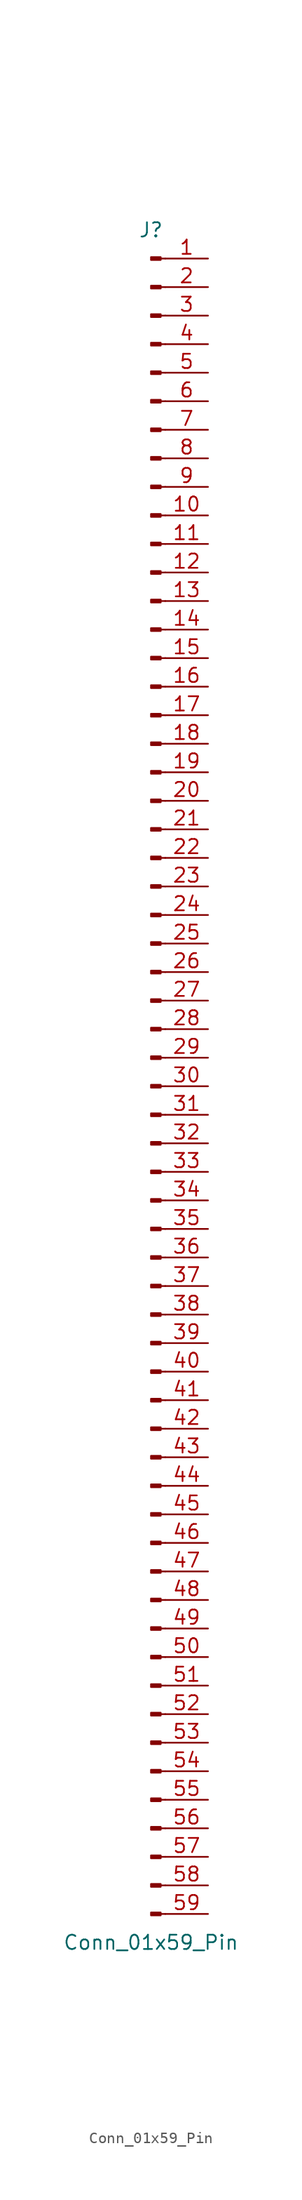
<source format=kicad_sym>
(kicad_symbol_lib
  (version 20220914)
  (generator kicad_symbol_editor)
  (symbol "Conn_01x59_Pin"
    (pin_names
      (offset 1.016) hide)
    (property "Reference" "J"
      (at 0 76.2 0)
      (effects (font (size 1.27 1.27))))
    (property "Value" "Conn_01x59_Pin"
      (at 0 -76.2 0)
      (effects (font (size 1.27 1.27))))
    (property "ki_locked" ""
      (at 0 0 0)
      (effects (font (size 1.27 1.27))))
    (symbol "Conn_01x59_Pin_1_1"
      (polyline (pts (xy 1.27 -73.66) (xy 0.864 -73.66)) (stroke (width 0.152) (type default)) (fill (type none)))
      (polyline (pts (xy 1.27 -71.12) (xy 0.864 -71.12)) (stroke (width 0.152) (type default)) (fill (type none)))
      (polyline (pts (xy 1.27 -68.58) (xy 0.864 -68.58)) (stroke (width 0.152) (type default)) (fill (type none)))
      (polyline (pts (xy 1.27 -66.04) (xy 0.864 -66.04)) (stroke (width 0.152) (type default)) (fill (type none)))
      (polyline (pts (xy 1.27 -63.5) (xy 0.864 -63.5)) (stroke (width 0.152) (type default)) (fill (type none)))
      (polyline (pts (xy 1.27 -60.96) (xy 0.864 -60.96)) (stroke (width 0.152) (type default)) (fill (type none)))
      (polyline (pts (xy 1.27 -58.42) (xy 0.864 -58.42)) (stroke (width 0.152) (type default)) (fill (type none)))
      (polyline (pts (xy 1.27 -55.88) (xy 0.864 -55.88)) (stroke (width 0.152) (type default)) (fill (type none)))
      (polyline (pts (xy 1.27 -53.34) (xy 0.864 -53.34)) (stroke (width 0.152) (type default)) (fill (type none)))
      (polyline (pts (xy 1.27 -50.8) (xy 0.864 -50.8)) (stroke (width 0.152) (type default)) (fill (type none)))
      (polyline (pts (xy 1.27 -48.26) (xy 0.864 -48.26)) (stroke (width 0.152) (type default)) (fill (type none)))
      (polyline (pts (xy 1.27 -45.72) (xy 0.864 -45.72)) (stroke (width 0.152) (type default)) (fill (type none)))
      (polyline (pts (xy 1.27 -43.18) (xy 0.864 -43.18)) (stroke (width 0.152) (type default)) (fill (type none)))
      (polyline (pts (xy 1.27 -40.64) (xy 0.864 -40.64)) (stroke (width 0.152) (type default)) (fill (type none)))
      (polyline (pts (xy 1.27 -38.1) (xy 0.864 -38.1)) (stroke (width 0.152) (type default)) (fill (type none)))
      (polyline (pts (xy 1.27 -35.56) (xy 0.864 -35.56)) (stroke (width 0.152) (type default)) (fill (type none)))
      (polyline (pts (xy 1.27 -33.02) (xy 0.864 -33.02)) (stroke (width 0.152) (type default)) (fill (type none)))
      (polyline (pts (xy 1.27 -30.48) (xy 0.864 -30.48)) (stroke (width 0.152) (type default)) (fill (type none)))
      (polyline (pts (xy 1.27 -27.94) (xy 0.864 -27.94)) (stroke (width 0.152) (type default)) (fill (type none)))
      (polyline (pts (xy 1.27 -25.4) (xy 0.864 -25.4)) (stroke (width 0.152) (type default)) (fill (type none)))
      (polyline (pts (xy 1.27 -22.86) (xy 0.864 -22.86)) (stroke (width 0.152) (type default)) (fill (type none)))
      (polyline (pts (xy 1.27 -20.32) (xy 0.864 -20.32)) (stroke (width 0.152) (type default)) (fill (type none)))
      (polyline (pts (xy 1.27 -17.78) (xy 0.864 -17.78)) (stroke (width 0.152) (type default)) (fill (type none)))
      (polyline (pts (xy 1.27 -15.24) (xy 0.864 -15.24)) (stroke (width 0.152) (type default)) (fill (type none)))
      (polyline (pts (xy 1.27 -12.7) (xy 0.864 -12.7)) (stroke (width 0.152) (type default)) (fill (type none)))
      (polyline (pts (xy 1.27 -10.16) (xy 0.864 -10.16)) (stroke (width 0.152) (type default)) (fill (type none)))
      (polyline (pts (xy 1.27 -7.62) (xy 0.864 -7.62)) (stroke (width 0.152) (type default)) (fill (type none)))
      (polyline (pts (xy 1.27 -5.08) (xy 0.864 -5.08)) (stroke (width 0.152) (type default)) (fill (type none)))
      (polyline (pts (xy 1.27 -2.54) (xy 0.864 -2.54)) (stroke (width 0.152) (type default)) (fill (type none)))
      (polyline (pts (xy 1.27 0) (xy 0.864 0)) (stroke (width 0.152) (type default)) (fill (type none)))
      (polyline (pts (xy 1.27 2.54) (xy 0.864 2.54)) (stroke (width 0.152) (type default)) (fill (type none)))
      (polyline (pts (xy 1.27 5.08) (xy 0.864 5.08)) (stroke (width 0.152) (type default)) (fill (type none)))
      (polyline (pts (xy 1.27 7.62) (xy 0.864 7.62)) (stroke (width 0.152) (type default)) (fill (type none)))
      (polyline (pts (xy 1.27 10.16) (xy 0.864 10.16)) (stroke (width 0.152) (type default)) (fill (type none)))
      (polyline (pts (xy 1.27 12.7) (xy 0.864 12.7)) (stroke (width 0.152) (type default)) (fill (type none)))
      (polyline (pts (xy 1.27 15.24) (xy 0.864 15.24)) (stroke (width 0.152) (type default)) (fill (type none)))
      (polyline (pts (xy 1.27 17.78) (xy 0.864 17.78)) (stroke (width 0.152) (type default)) (fill (type none)))
      (polyline (pts (xy 1.27 20.32) (xy 0.864 20.32)) (stroke (width 0.152) (type default)) (fill (type none)))
      (polyline (pts (xy 1.27 22.86) (xy 0.864 22.86)) (stroke (width 0.152) (type default)) (fill (type none)))
      (polyline (pts (xy 1.27 25.4) (xy 0.864 25.4)) (stroke (width 0.152) (type default)) (fill (type none)))
      (polyline (pts (xy 1.27 27.94) (xy 0.864 27.94)) (stroke (width 0.152) (type default)) (fill (type none)))
      (polyline (pts (xy 1.27 30.48) (xy 0.864 30.48)) (stroke (width 0.152) (type default)) (fill (type none)))
      (polyline (pts (xy 1.27 33.02) (xy 0.864 33.02)) (stroke (width 0.152) (type default)) (fill (type none)))
      (polyline (pts (xy 1.27 35.56) (xy 0.864 35.56)) (stroke (width 0.152) (type default)) (fill (type none)))
      (polyline (pts (xy 1.27 38.1) (xy 0.864 38.1)) (stroke (width 0.152) (type default)) (fill (type none)))
      (polyline (pts (xy 1.27 40.64) (xy 0.864 40.64)) (stroke (width 0.152) (type default)) (fill (type none)))
      (polyline (pts (xy 1.27 43.18) (xy 0.864 43.18)) (stroke (width 0.152) (type default)) (fill (type none)))
      (polyline (pts (xy 1.27 45.72) (xy 0.864 45.72)) (stroke (width 0.152) (type default)) (fill (type none)))
      (polyline (pts (xy 1.27 48.26) (xy 0.864 48.26)) (stroke (width 0.152) (type default)) (fill (type none)))
      (polyline (pts (xy 1.27 50.8) (xy 0.864 50.8)) (stroke (width 0.152) (type default)) (fill (type none)))
      (polyline (pts (xy 1.27 53.34) (xy 0.864 53.34)) (stroke (width 0.152) (type default)) (fill (type none)))
      (polyline (pts (xy 1.27 55.88) (xy 0.864 55.88)) (stroke (width 0.152) (type default)) (fill (type none)))
      (polyline (pts (xy 1.27 58.42) (xy 0.864 58.42)) (stroke (width 0.152) (type default)) (fill (type none)))
      (polyline (pts (xy 1.27 60.96) (xy 0.864 60.96)) (stroke (width 0.152) (type default)) (fill (type none)))
      (polyline (pts (xy 1.27 63.5) (xy 0.864 63.5)) (stroke (width 0.152) (type default)) (fill (type none)))
      (polyline (pts (xy 1.27 66.04) (xy 0.864 66.04)) (stroke (width 0.152) (type default)) (fill (type none)))
      (polyline (pts (xy 1.27 68.58) (xy 0.864 68.58)) (stroke (width 0.152) (type default)) (fill (type none)))
      (polyline (pts (xy 1.27 71.12) (xy 0.864 71.12)) (stroke (width 0.152) (type default)) (fill (type none)))
      (polyline (pts (xy 1.27 73.66) (xy 0.864 73.66)) (stroke (width 0.152) (type default)) (fill (type none)))
      (rectangle (start 0.864 -73.533) (end 0 -73.787) (stroke (width 0.152) (type default)) (fill (type outline)))
      (rectangle (start 0.864 -70.993) (end 0 -71.247) (stroke (width 0.152) (type default)) (fill (type outline)))
      (rectangle (start 0.864 -68.453) (end 0 -68.707) (stroke (width 0.152) (type default)) (fill (type outline)))
      (rectangle (start 0.864 -65.913) (end 0 -66.167) (stroke (width 0.152) (type default)) (fill (type outline)))
      (rectangle (start 0.864 -63.373) (end 0 -63.627) (stroke (width 0.152) (type default)) (fill (type outline)))
      (rectangle (start 0.864 -60.833) (end 0 -61.087) (stroke (width 0.152) (type default)) (fill (type outline)))
      (rectangle (start 0.864 -58.293) (end 0 -58.547) (stroke (width 0.152) (type default)) (fill (type outline)))
      (rectangle (start 0.864 -55.753) (end 0 -56.007) (stroke (width 0.152) (type default)) (fill (type outline)))
      (rectangle (start 0.864 -53.213) (end 0 -53.467) (stroke (width 0.152) (type default)) (fill (type outline)))
      (rectangle (start 0.864 -50.673) (end 0 -50.927) (stroke (width 0.152) (type default)) (fill (type outline)))
      (rectangle (start 0.864 -48.133) (end 0 -48.387) (stroke (width 0.152) (type default)) (fill (type outline)))
      (rectangle (start 0.864 -45.593) (end 0 -45.847) (stroke (width 0.152) (type default)) (fill (type outline)))
      (rectangle (start 0.864 -43.053) (end 0 -43.307) (stroke (width 0.152) (type default)) (fill (type outline)))
      (rectangle (start 0.864 -40.513) (end 0 -40.767) (stroke (width 0.152) (type default)) (fill (type outline)))
      (rectangle (start 0.864 -37.973) (end 0 -38.227) (stroke (width 0.152) (type default)) (fill (type outline)))
      (rectangle (start 0.864 -35.433) (end 0 -35.687) (stroke (width 0.152) (type default)) (fill (type outline)))
      (rectangle (start 0.864 -32.893) (end 0 -33.147) (stroke (width 0.152) (type default)) (fill (type outline)))
      (rectangle (start 0.864 -30.353) (end 0 -30.607) (stroke (width 0.152) (type default)) (fill (type outline)))
      (rectangle (start 0.864 -27.813) (end 0 -28.067) (stroke (width 0.152) (type default)) (fill (type outline)))
      (rectangle (start 0.864 -25.273) (end 0 -25.527) (stroke (width 0.152) (type default)) (fill (type outline)))
      (rectangle (start 0.864 -22.733) (end 0 -22.987) (stroke (width 0.152) (type default)) (fill (type outline)))
      (rectangle (start 0.864 -20.193) (end 0 -20.447) (stroke (width 0.152) (type default)) (fill (type outline)))
      (rectangle (start 0.864 -17.653) (end 0 -17.907) (stroke (width 0.152) (type default)) (fill (type outline)))
      (rectangle (start 0.864 -15.113) (end 0 -15.367) (stroke (width 0.152) (type default)) (fill (type outline)))
      (rectangle (start 0.864 -12.573) (end 0 -12.827) (stroke (width 0.152) (type default)) (fill (type outline)))
      (rectangle (start 0.864 -10.033) (end 0 -10.287) (stroke (width 0.152) (type default)) (fill (type outline)))
      (rectangle (start 0.864 -7.493) (end 0 -7.747) (stroke (width 0.152) (type default)) (fill (type outline)))
      (rectangle (start 0.864 -4.953) (end 0 -5.207) (stroke (width 0.152) (type default)) (fill (type outline)))
      (rectangle (start 0.864 -2.413) (end 0 -2.667) (stroke (width 0.152) (type default)) (fill (type outline)))
      (rectangle (start 0.864 0.127) (end 0 -0.127) (stroke (width 0.152) (type default)) (fill (type outline)))
      (rectangle (start 0.864 2.667) (end 0 2.413) (stroke (width 0.152) (type default)) (fill (type outline)))
      (rectangle (start 0.864 5.207) (end 0 4.953) (stroke (width 0.152) (type default)) (fill (type outline)))
      (rectangle (start 0.864 7.747) (end 0 7.493) (stroke (width 0.152) (type default)) (fill (type outline)))
      (rectangle (start 0.864 10.287) (end 0 10.033) (stroke (width 0.152) (type default)) (fill (type outline)))
      (rectangle (start 0.864 12.827) (end 0 12.573) (stroke (width 0.152) (type default)) (fill (type outline)))
      (rectangle (start 0.864 15.367) (end 0 15.113) (stroke (width 0.152) (type default)) (fill (type outline)))
      (rectangle (start 0.864 17.907) (end 0 17.653) (stroke (width 0.152) (type default)) (fill (type outline)))
      (rectangle (start 0.864 20.447) (end 0 20.193) (stroke (width 0.152) (type default)) (fill (type outline)))
      (rectangle (start 0.864 22.987) (end 0 22.733) (stroke (width 0.152) (type default)) (fill (type outline)))
      (rectangle (start 0.864 25.527) (end 0 25.273) (stroke (width 0.152) (type default)) (fill (type outline)))
      (rectangle (start 0.864 28.067) (end 0 27.813) (stroke (width 0.152) (type default)) (fill (type outline)))
      (rectangle (start 0.864 30.607) (end 0 30.353) (stroke (width 0.152) (type default)) (fill (type outline)))
      (rectangle (start 0.864 33.147) (end 0 32.893) (stroke (width 0.152) (type default)) (fill (type outline)))
      (rectangle (start 0.864 35.687) (end 0 35.433) (stroke (width 0.152) (type default)) (fill (type outline)))
      (rectangle (start 0.864 38.227) (end 0 37.973) (stroke (width 0.152) (type default)) (fill (type outline)))
      (rectangle (start 0.864 40.767) (end 0 40.513) (stroke (width 0.152) (type default)) (fill (type outline)))
      (rectangle (start 0.864 43.307) (end 0 43.053) (stroke (width 0.152) (type default)) (fill (type outline)))
      (rectangle (start 0.864 45.847) (end 0 45.593) (stroke (width 0.152) (type default)) (fill (type outline)))
      (rectangle (start 0.864 48.387) (end 0 48.133) (stroke (width 0.152) (type default)) (fill (type outline)))
      (rectangle (start 0.864 50.927) (end 0 50.673) (stroke (width 0.152) (type default)) (fill (type outline)))
      (rectangle (start 0.864 53.467) (end 0 53.213) (stroke (width 0.152) (type default)) (fill (type outline)))
      (rectangle (start 0.864 56.007) (end 0 55.753) (stroke (width 0.152) (type default)) (fill (type outline)))
      (rectangle (start 0.864 58.547) (end 0 58.293) (stroke (width 0.152) (type default)) (fill (type outline)))
      (rectangle (start 0.864 61.087) (end 0 60.833) (stroke (width 0.152) (type default)) (fill (type outline)))
      (rectangle (start 0.864 63.627) (end 0 63.373) (stroke (width 0.152) (type default)) (fill (type outline)))
      (rectangle (start 0.864 66.167) (end 0 65.913) (stroke (width 0.152) (type default)) (fill (type outline)))
      (rectangle (start 0.864 68.707) (end 0 68.453) (stroke (width 0.152) (type default)) (fill (type outline)))
      (rectangle (start 0.864 71.247) (end 0 70.993) (stroke (width 0.152) (type default)) (fill (type outline)))
      (rectangle (start 0.864 73.787) (end 0 73.533) (stroke (width 0.152) (type default)) (fill (type outline)))
      (pin passive line (at 5.08 73.66 180) (length 3.81) (name "Pin_1" (effects (font (size 1.27 1.27)))) (number "1" (effects (font (size 1.27 1.27)))))
      (pin passive line (at 5.08 50.8 180) (length 3.81) (name "Pin_10" (effects (font (size 1.27 1.27)))) (number "10" (effects (font (size 1.27 1.27)))))
      (pin passive line (at 5.08 48.26 180) (length 3.81) (name "Pin_11" (effects (font (size 1.27 1.27)))) (number "11" (effects (font (size 1.27 1.27)))))
      (pin passive line (at 5.08 45.72 180) (length 3.81) (name "Pin_12" (effects (font (size 1.27 1.27)))) (number "12" (effects (font (size 1.27 1.27)))))
      (pin passive line (at 5.08 43.18 180) (length 3.81) (name "Pin_13" (effects (font (size 1.27 1.27)))) (number "13" (effects (font (size 1.27 1.27)))))
      (pin passive line (at 5.08 40.64 180) (length 3.81) (name "Pin_14" (effects (font (size 1.27 1.27)))) (number "14" (effects (font (size 1.27 1.27)))))
      (pin passive line (at 5.08 38.1 180) (length 3.81) (name "Pin_15" (effects (font (size 1.27 1.27)))) (number "15" (effects (font (size 1.27 1.27)))))
      (pin passive line (at 5.08 35.56 180) (length 3.81) (name "Pin_16" (effects (font (size 1.27 1.27)))) (number "16" (effects (font (size 1.27 1.27)))))
      (pin passive line (at 5.08 33.02 180) (length 3.81) (name "Pin_17" (effects (font (size 1.27 1.27)))) (number "17" (effects (font (size 1.27 1.27)))))
      (pin passive line (at 5.08 30.48 180) (length 3.81) (name "Pin_18" (effects (font (size 1.27 1.27)))) (number "18" (effects (font (size 1.27 1.27)))))
      (pin passive line (at 5.08 27.94 180) (length 3.81) (name "Pin_19" (effects (font (size 1.27 1.27)))) (number "19" (effects (font (size 1.27 1.27)))))
      (pin passive line (at 5.08 71.12 180) (length 3.81) (name "Pin_2" (effects (font (size 1.27 1.27)))) (number "2" (effects (font (size 1.27 1.27)))))
      (pin passive line (at 5.08 25.4 180) (length 3.81) (name "Pin_20" (effects (font (size 1.27 1.27)))) (number "20" (effects (font (size 1.27 1.27)))))
      (pin passive line (at 5.08 22.86 180) (length 3.81) (name "Pin_21" (effects (font (size 1.27 1.27)))) (number "21" (effects (font (size 1.27 1.27)))))
      (pin passive line (at 5.08 20.32 180) (length 3.81) (name "Pin_22" (effects (font (size 1.27 1.27)))) (number "22" (effects (font (size 1.27 1.27)))))
      (pin passive line (at 5.08 17.78 180) (length 3.81) (name "Pin_23" (effects (font (size 1.27 1.27)))) (number "23" (effects (font (size 1.27 1.27)))))
      (pin passive line (at 5.08 15.24 180) (length 3.81) (name "Pin_24" (effects (font (size 1.27 1.27)))) (number "24" (effects (font (size 1.27 1.27)))))
      (pin passive line (at 5.08 12.7 180) (length 3.81) (name "Pin_25" (effects (font (size 1.27 1.27)))) (number "25" (effects (font (size 1.27 1.27)))))
      (pin passive line (at 5.08 10.16 180) (length 3.81) (name "Pin_26" (effects (font (size 1.27 1.27)))) (number "26" (effects (font (size 1.27 1.27)))))
      (pin passive line (at 5.08 7.62 180) (length 3.81) (name "Pin_27" (effects (font (size 1.27 1.27)))) (number "27" (effects (font (size 1.27 1.27)))))
      (pin passive line (at 5.08 5.08 180) (length 3.81) (name "Pin_28" (effects (font (size 1.27 1.27)))) (number "28" (effects (font (size 1.27 1.27)))))
      (pin passive line (at 5.08 2.54 180) (length 3.81) (name "Pin_29" (effects (font (size 1.27 1.27)))) (number "29" (effects (font (size 1.27 1.27)))))
      (pin passive line (at 5.08 68.58 180) (length 3.81) (name "Pin_3" (effects (font (size 1.27 1.27)))) (number "3" (effects (font (size 1.27 1.27)))))
      (pin passive line (at 5.08 0 180) (length 3.81) (name "Pin_30" (effects (font (size 1.27 1.27)))) (number "30" (effects (font (size 1.27 1.27)))))
      (pin passive line (at 5.08 -2.54 180) (length 3.81) (name "Pin_31" (effects (font (size 1.27 1.27)))) (number "31" (effects (font (size 1.27 1.27)))))
      (pin passive line (at 5.08 -5.08 180) (length 3.81) (name "Pin_32" (effects (font (size 1.27 1.27)))) (number "32" (effects (font (size 1.27 1.27)))))
      (pin passive line (at 5.08 -7.62 180) (length 3.81) (name "Pin_33" (effects (font (size 1.27 1.27)))) (number "33" (effects (font (size 1.27 1.27)))))
      (pin passive line (at 5.08 -10.16 180) (length 3.81) (name "Pin_34" (effects (font (size 1.27 1.27)))) (number "34" (effects (font (size 1.27 1.27)))))
      (pin passive line (at 5.08 -12.7 180) (length 3.81) (name "Pin_35" (effects (font (size 1.27 1.27)))) (number "35" (effects (font (size 1.27 1.27)))))
      (pin passive line (at 5.08 -15.24 180) (length 3.81) (name "Pin_36" (effects (font (size 1.27 1.27)))) (number "36" (effects (font (size 1.27 1.27)))))
      (pin passive line (at 5.08 -17.78 180) (length 3.81) (name "Pin_37" (effects (font (size 1.27 1.27)))) (number "37" (effects (font (size 1.27 1.27)))))
      (pin passive line (at 5.08 -20.32 180) (length 3.81) (name "Pin_38" (effects (font (size 1.27 1.27)))) (number "38" (effects (font (size 1.27 1.27)))))
      (pin passive line (at 5.08 -22.86 180) (length 3.81) (name "Pin_39" (effects (font (size 1.27 1.27)))) (number "39" (effects (font (size 1.27 1.27)))))
      (pin passive line (at 5.08 66.04 180) (length 3.81) (name "Pin_4" (effects (font (size 1.27 1.27)))) (number "4" (effects (font (size 1.27 1.27)))))
      (pin passive line (at 5.08 -25.4 180) (length 3.81) (name "Pin_40" (effects (font (size 1.27 1.27)))) (number "40" (effects (font (size 1.27 1.27)))))
      (pin passive line (at 5.08 -27.94 180) (length 3.81) (name "Pin_41" (effects (font (size 1.27 1.27)))) (number "41" (effects (font (size 1.27 1.27)))))
      (pin passive line (at 5.08 -30.48 180) (length 3.81) (name "Pin_42" (effects (font (size 1.27 1.27)))) (number "42" (effects (font (size 1.27 1.27)))))
      (pin passive line (at 5.08 -33.02 180) (length 3.81) (name "Pin_43" (effects (font (size 1.27 1.27)))) (number "43" (effects (font (size 1.27 1.27)))))
      (pin passive line (at 5.08 -35.56 180) (length 3.81) (name "Pin_44" (effects (font (size 1.27 1.27)))) (number "44" (effects (font (size 1.27 1.27)))))
      (pin passive line (at 5.08 -38.1 180) (length 3.81) (name "Pin_45" (effects (font (size 1.27 1.27)))) (number "45" (effects (font (size 1.27 1.27)))))
      (pin passive line (at 5.08 -40.64 180) (length 3.81) (name "Pin_46" (effects (font (size 1.27 1.27)))) (number "46" (effects (font (size 1.27 1.27)))))
      (pin passive line (at 5.08 -43.18 180) (length 3.81) (name "Pin_47" (effects (font (size 1.27 1.27)))) (number "47" (effects (font (size 1.27 1.27)))))
      (pin passive line (at 5.08 -45.72 180) (length 3.81) (name "Pin_48" (effects (font (size 1.27 1.27)))) (number "48" (effects (font (size 1.27 1.27)))))
      (pin passive line (at 5.08 -48.26 180) (length 3.81) (name "Pin_49" (effects (font (size 1.27 1.27)))) (number "49" (effects (font (size 1.27 1.27)))))
      (pin passive line (at 5.08 63.5 180) (length 3.81) (name "Pin_5" (effects (font (size 1.27 1.27)))) (number "5" (effects (font (size 1.27 1.27)))))
      (pin passive line (at 5.08 -50.8 180) (length 3.81) (name "Pin_50" (effects (font (size 1.27 1.27)))) (number "50" (effects (font (size 1.27 1.27)))))
      (pin passive line (at 5.08 -53.34 180) (length 3.81) (name "Pin_51" (effects (font (size 1.27 1.27)))) (number "51" (effects (font (size 1.27 1.27)))))
      (pin passive line (at 5.08 -55.88 180) (length 3.81) (name "Pin_52" (effects (font (size 1.27 1.27)))) (number "52" (effects (font (size 1.27 1.27)))))
      (pin passive line (at 5.08 -58.42 180) (length 3.81) (name "Pin_53" (effects (font (size 1.27 1.27)))) (number "53" (effects (font (size 1.27 1.27)))))
      (pin passive line (at 5.08 -60.96 180) (length 3.81) (name "Pin_54" (effects (font (size 1.27 1.27)))) (number "54" (effects (font (size 1.27 1.27)))))
      (pin passive line (at 5.08 -63.5 180) (length 3.81) (name "Pin_55" (effects (font (size 1.27 1.27)))) (number "55" (effects (font (size 1.27 1.27)))))
      (pin passive line (at 5.08 -66.04 180) (length 3.81) (name "Pin_56" (effects (font (size 1.27 1.27)))) (number "56" (effects (font (size 1.27 1.27)))))
      (pin passive line (at 5.08 -68.58 180) (length 3.81) (name "Pin_57" (effects (font (size 1.27 1.27)))) (number "57" (effects (font (size 1.27 1.27)))))
      (pin passive line (at 5.08 -71.12 180) (length 3.81) (name "Pin_58" (effects (font (size 1.27 1.27)))) (number "58" (effects (font (size 1.27 1.27)))))
      (pin passive line (at 5.08 -73.66 180) (length 3.81) (name "Pin_59" (effects (font (size 1.27 1.27)))) (number "59" (effects (font (size 1.27 1.27)))))
      (pin passive line (at 5.08 60.96 180) (length 3.81) (name "Pin_6" (effects (font (size 1.27 1.27)))) (number "6" (effects (font (size 1.27 1.27)))))
      (pin passive line (at 5.08 58.42 180) (length 3.81) (name "Pin_7" (effects (font (size 1.27 1.27)))) (number "7" (effects (font (size 1.27 1.27)))))
      (pin passive line (at 5.08 55.88 180) (length 3.81) (name "Pin_8" (effects (font (size 1.27 1.27)))) (number "8" (effects (font (size 1.27 1.27)))))
      (pin passive line (at 5.08 53.34 180) (length 3.81) (name "Pin_9" (effects (font (size 1.27 1.27)))) (number "9" (effects (font (size 1.27 1.27))))))))
</source>
